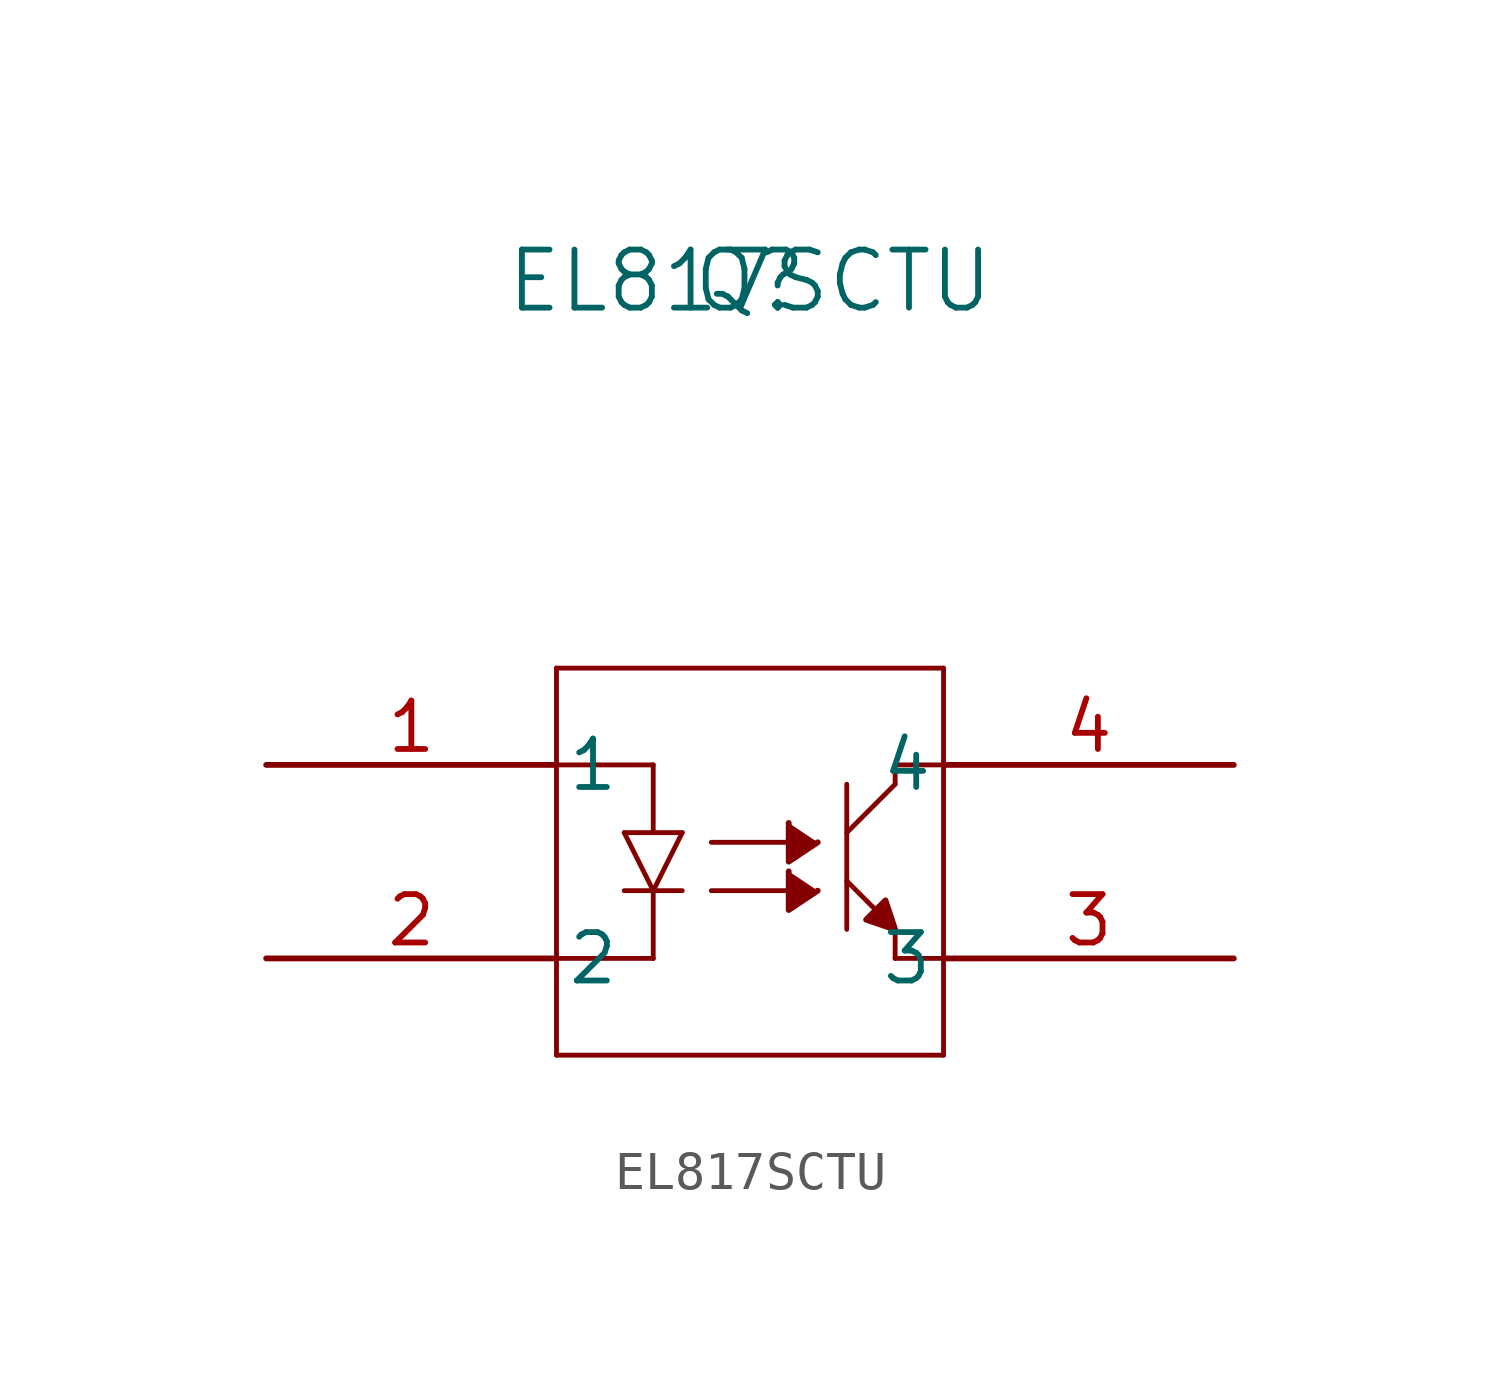
<source format=kicad_sym>
(kicad_symbol_lib
  (version 20211014)
  (generator kicad_symbol_editor)
  (symbol "EL817SCTU"
    (pin_names
      (offset 0.254))
    (property "Reference" "Q"
      (at 12.7 12.7 0)
      (effects (font (size 1.524 1.524))))
    (property "Value" "EL817SCTU"
      (at 12.7 12.7 0)
      (effects (font (size 1.524 1.524))))
    (symbol "EL817SCTU_0_1"
      (polyline (pts (xy 15.24 -4.318) (xy 15.24 -0.508)) (stroke (width 0.127) (type default) (color 0 0 0 0)) (fill (type none)))
      (polyline (pts (xy 15.24 -3.048) (xy 16.002 -3.81)) (stroke (width 0.127) (type default) (color 0 0 0 0)) (fill (type none)))
      (polyline (pts (xy 17.78 -5.08) (xy 16.51 -5.08)) (stroke (width 0.127) (type default) (color 0 0 0 0)) (fill (type none)))
      (polyline (pts (xy 17.78 2.54) (xy 17.78 -7.62)) (stroke (width 0.127) (type default) (color 0 0 0 0)) (fill (type none)))
      (polyline (pts (xy 16.51 -4.318) (xy 16.51 -5.08)) (stroke (width 0.127) (type default) (color 0 0 0 0)) (fill (type none)))
      (polyline (pts (xy 7.62 -7.62) (xy 17.78 -7.62)) (stroke (width 0.127) (type default) (color 0 0 0 0)) (fill (type none)))
      (polyline (pts (xy 15.24 -1.778) (xy 16.51 -0.508)) (stroke (width 0.127) (type default) (color 0 0 0 0)) (fill (type none)))
      (polyline (pts (xy 16.51 -0.508) (xy 16.51 0)) (stroke (width 0.127) (type default) (color 0 0 0 0)) (fill (type none)))
      (polyline (pts (xy 16.51 0) (xy 17.78 0)) (stroke (width 0.127) (type default) (color 0 0 0 0)) (fill (type none)))
      (polyline (pts (xy 7.62 -7.62) (xy 7.62 2.54)) (stroke (width 0.127) (type default) (color 0 0 0 0)) (fill (type none)))
      (polyline (pts (xy 10.16 0) (xy 7.62 0)) (stroke (width 0.127) (type default) (color 0 0 0 0)) (fill (type none)))
      (polyline (pts (xy 17.78 2.54) (xy 7.62 2.54)) (stroke (width 0.127) (type default) (color 0 0 0 0)) (fill (type none)))
      (polyline (pts (xy 9.398 -3.302) (xy 10.922 -3.302)) (stroke (width 0.127) (type default) (color 0 0 0 0)) (fill (type none)))
      (polyline (pts (xy 10.16 -3.302) (xy 10.922 -1.778)) (stroke (width 0.127) (type default) (color 0 0 0 0)) (fill (type none)))
      (polyline (pts (xy 10.922 -1.778) (xy 9.398 -1.778)) (stroke (width 0.127) (type default) (color 0 0 0 0)) (fill (type none)))
      (polyline (pts (xy 9.398 -1.778) (xy 10.16 -3.302)) (stroke (width 0.127) (type default) (color 0 0 0 0)) (fill (type none)))
      (polyline (pts (xy 10.16 -5.08) (xy 7.62 -5.08)) (stroke (width 0.127) (type default) (color 0 0 0 0)) (fill (type none)))
      (polyline (pts (xy 10.16 0) (xy 10.16 -1.778)) (stroke (width 0.127) (type default) (color 0 0 0 0)) (fill (type none)))
      (polyline (pts (xy 10.16 -3.302) (xy 10.16 -5.08)) (stroke (width 0.127) (type default) (color 0 0 0 0)) (fill (type none)))
      (polyline (pts (xy 11.684 -2.032) (xy 13.716 -2.032)) (stroke (width 0.127) (type default) (color 0 0 0 0)) (fill (type none)))
      (polyline (pts (xy 16.472 -4.311) (xy 15.748 -4.064) (xy 16.256 -3.556) (xy 16.51 -4.318)) (stroke (width 0) (type default) (color 0 0 0 0)) (fill (type outline)))
      (polyline (pts (xy 11.684 -3.302) (xy 13.716 -3.302)) (stroke (width 0.127) (type default) (color 0 0 0 0)) (fill (type none)))
      (polyline (pts (xy 13.716 -1.524) (xy 13.716 -2.54) (xy 14.478 -2.032)) (stroke (width 0) (type default) (color 0 0 0 0)) (fill (type outline)))
      (polyline (pts (xy 13.716 -2.794) (xy 13.716 -3.81) (xy 14.478 -3.302)) (stroke (width 0) (type default) (color 0 0 0 0)) (fill (type outline)))
      (pin unspecified line (at 0 0 0) (length 7.62) (name "1" (effects (font (size 1.27 1.27)))) (number "1" (effects (font (size 1.27 1.27)))))
      (pin unspecified line (at 0 -5.08 0) (length 7.62) (name "2" (effects (font (size 1.27 1.27)))) (number "2" (effects (font (size 1.27 1.27)))))
      (pin unspecified line (at 25.4 -5.08 180) (length 7.62) (name "3" (effects (font (size 1.27 1.27)))) (number "3" (effects (font (size 1.27 1.27)))))
      (pin unspecified line (at 25.4 0 180) (length 7.62) (name "4" (effects (font (size 1.27 1.27)))) (number "4" (effects (font (size 1.27 1.27))))))))
</source>
